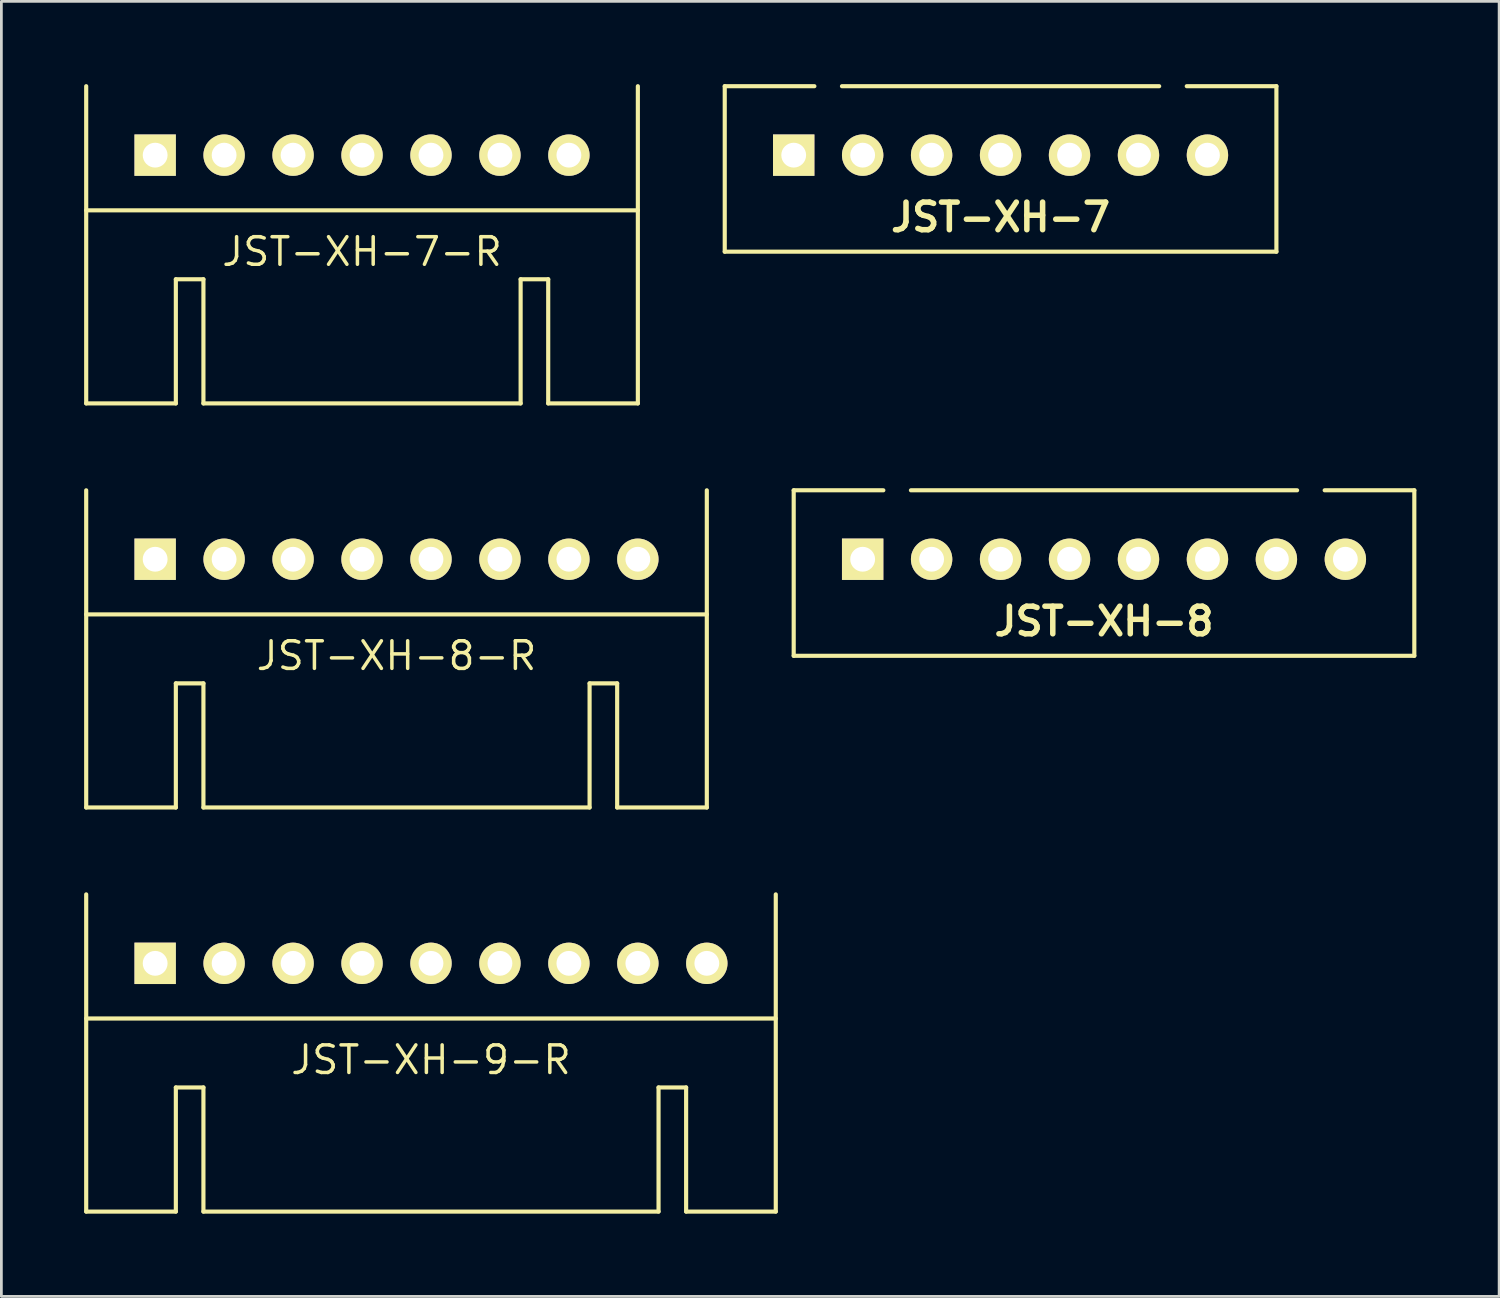
<source format=kicad_pcb>
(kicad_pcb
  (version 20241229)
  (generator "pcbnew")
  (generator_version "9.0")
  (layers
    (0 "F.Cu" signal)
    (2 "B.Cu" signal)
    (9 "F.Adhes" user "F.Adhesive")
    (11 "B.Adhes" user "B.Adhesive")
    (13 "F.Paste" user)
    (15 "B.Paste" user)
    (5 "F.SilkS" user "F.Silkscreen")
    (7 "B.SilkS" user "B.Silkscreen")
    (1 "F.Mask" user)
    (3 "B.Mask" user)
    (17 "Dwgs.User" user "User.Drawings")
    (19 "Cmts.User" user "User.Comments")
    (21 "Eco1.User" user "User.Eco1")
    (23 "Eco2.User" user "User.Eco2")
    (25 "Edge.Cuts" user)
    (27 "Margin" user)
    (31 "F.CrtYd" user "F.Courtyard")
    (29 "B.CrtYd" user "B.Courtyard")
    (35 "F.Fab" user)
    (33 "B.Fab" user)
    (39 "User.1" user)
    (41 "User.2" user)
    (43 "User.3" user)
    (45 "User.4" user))
  (footprint "JST-XH-7"
    (layer "F.Cu")
    (at 33.225 2.575)
    (property "Reference" "JST-XH-7" (at 0 2.25 0) (layer "F.SilkS") (effects (font (size 1 1) (thickness 0.2))))
    (attr through_hole)
    (fp_line (start -10 -2.5) (end -6.75 -2.5) (stroke (width 0.15) (type solid)) (layer "F.SilkS"))
    (fp_line (start -10 3.5) (end -10 -2.5) (stroke (width 0.15) (type solid)) (layer "F.SilkS"))
    (fp_line (start 5.75 -2.5) (end -5.75 -2.5) (stroke (width 0.15) (type solid)) (layer "F.SilkS"))
    (fp_line (start 10 -2.5) (end 6.75 -2.5) (stroke (width 0.15) (type solid)) (layer "F.SilkS"))
    (fp_line (start 10 -2.5) (end 10 3.5) (stroke (width 0.15) (type solid)) (layer "F.SilkS"))
    (fp_line (start 10 3.5) (end -10 3.5) (stroke (width 0.15) (type solid)) (layer "F.SilkS"))
    (pad "1" thru_hole rect (at -7.5 0) (size 1.5 1.5) (drill 0.9) (layers "*.Cu" "*.Mask" "F.SilkS"))
    (pad "2" thru_hole circle (at -5 0) (size 1.5 1.5) (drill 0.9) (layers "*.Cu" "*.Mask" "F.SilkS"))
    (pad "3" thru_hole circle (at -2.5 0) (size 1.5 1.5) (drill 0.9) (layers "*.Cu" "*.Mask" "F.SilkS"))
    (pad "4" thru_hole circle (at 0 0) (size 1.5 1.5) (drill 0.9) (layers "*.Cu" "*.Mask" "F.SilkS"))
    (pad "5" thru_hole circle (at 2.5 0) (size 1.5 1.5) (drill 0.9) (layers "*.Cu" "*.Mask" "F.SilkS"))
    (pad "6" thru_hole circle (at 5 0) (size 1.5 1.5) (drill 0.9) (layers "*.Cu" "*.Mask" "F.SilkS"))
    (pad "7" thru_hole circle (at 7.5 0) (size 1.5 1.5) (drill 0.9) (layers "*.Cu" "*.Mask" "F.SilkS")))
  (footprint "JST-XH-8-R"
    (layer "F.Cu")
    (at 11.325 17.225)
    (property "Reference" "JST-XH-8-R" (at 0 3.5 0) (layer "F.SilkS") (effects (font (size 1 1) (thickness 0.127))))
    (attr through_hole)
    (fp_line (start -11.25 9) (end -11.25 -2.5) (stroke (width 0.15) (type solid)) (layer "F.SilkS"))
    (fp_line (start -8 4.5) (end -8 9) (stroke (width 0.15) (type solid)) (layer "F.SilkS"))
    (fp_line (start -8 9) (end -11.25 9) (stroke (width 0.15) (type solid)) (layer "F.SilkS"))
    (fp_line (start -7 4.5) (end -8 4.5) (stroke (width 0.15) (type solid)) (layer "F.SilkS"))
    (fp_line (start -7 9) (end -7 4.5) (stroke (width 0.15) (type solid)) (layer "F.SilkS"))
    (fp_line (start -7 9) (end 7 9) (stroke (width 0.15) (type solid)) (layer "F.SilkS"))
    (fp_line (start 7 4.5) (end 7 9) (stroke (width 0.15) (type solid)) (layer "F.SilkS"))
    (fp_line (start 8 4.5) (end 7 4.5) (stroke (width 0.15) (type solid)) (layer "F.SilkS"))
    (fp_line (start 8 9) (end 8 4.5) (stroke (width 0.15) (type solid)) (layer "F.SilkS"))
    (fp_line (start 8 9) (end 11.25 9) (stroke (width 0.15) (type solid)) (layer "F.SilkS"))
    (fp_line (start 11.25 2) (end -11.25 2) (stroke (width 0.15) (type solid)) (layer "F.SilkS"))
    (fp_line (start 11.25 9) (end 11.25 -2.5) (stroke (width 0.15) (type solid)) (layer "F.SilkS"))
    (pad "1" thru_hole rect (at -8.75 0) (size 1.5 1.5) (drill 0.9) (layers "*.Cu" "*.Mask" "F.SilkS"))
    (pad "2" thru_hole circle (at -6.25 0) (size 1.5 1.5) (drill 0.9) (layers "*.Cu" "*.Mask" "F.SilkS"))
    (pad "3" thru_hole circle (at -3.75 0) (size 1.5 1.5) (drill 0.9) (layers "*.Cu" "*.Mask" "F.SilkS"))
    (pad "4" thru_hole circle (at -1.25 0) (size 1.5 1.5) (drill 0.9) (layers "*.Cu" "*.Mask" "F.SilkS"))
    (pad "5" thru_hole circle (at 1.25 0) (size 1.5 1.5) (drill 0.9) (layers "*.Cu" "*.Mask" "F.SilkS"))
    (pad "6" thru_hole circle (at 3.75 0) (size 1.5 1.5) (drill 0.9) (layers "*.Cu" "*.Mask" "F.SilkS"))
    (pad "7" thru_hole circle (at 6.25 0) (size 1.5 1.5) (drill 0.9) (layers "*.Cu" "*.Mask" "F.SilkS"))
    (pad "8" thru_hole circle (at 8.75 0) (size 1.5 1.5) (drill 0.9) (layers "*.Cu" "*.Mask" "F.SilkS")))
  (footprint "JST-XH-9-R"
    (layer "F.Cu")
    (at 12.575 31.875)
    (property "Reference" "JST-XH-9-R" (at 0 3.5 0) (layer "F.SilkS") (effects (font (size 1 1) (thickness 0.127))))
    (attr through_hole)
    (fp_line (start -12.5 2) (end 12.5 2) (stroke (width 0.15) (type solid)) (layer "F.SilkS"))
    (fp_line (start -12.5 9) (end -12.5 -2.5) (stroke (width 0.15) (type solid)) (layer "F.SilkS"))
    (fp_line (start -9.25 4.5) (end -9.25 9) (stroke (width 0.15) (type solid)) (layer "F.SilkS"))
    (fp_line (start -9.25 9) (end -12.5 9) (stroke (width 0.15) (type solid)) (layer "F.SilkS"))
    (fp_line (start -8.25 4.5) (end -9.25 4.5) (stroke (width 0.15) (type solid)) (layer "F.SilkS"))
    (fp_line (start -8.25 9) (end -8.25 4.5) (stroke (width 0.15) (type solid)) (layer "F.SilkS"))
    (fp_line (start -8.25 9) (end 8.25 9) (stroke (width 0.15) (type solid)) (layer "F.SilkS"))
    (fp_line (start 8.25 4.5) (end 8.25 9) (stroke (width 0.15) (type solid)) (layer "F.SilkS"))
    (fp_line (start 9.25 4.5) (end 8.25 4.5) (stroke (width 0.15) (type solid)) (layer "F.SilkS"))
    (fp_line (start 9.25 9) (end 9.25 4.5) (stroke (width 0.15) (type solid)) (layer "F.SilkS"))
    (fp_line (start 9.25 9) (end 12.5 9) (stroke (width 0.15) (type solid)) (layer "F.SilkS"))
    (fp_line (start 12.5 9) (end 12.5 -2.5) (stroke (width 0.15) (type solid)) (layer "F.SilkS"))
    (pad "1" thru_hole rect (at -10 0) (size 1.5 1.5) (drill 0.9) (layers "*.Cu" "*.Mask" "F.SilkS"))
    (pad "2" thru_hole circle (at -7.5 0) (size 1.5 1.5) (drill 0.9) (layers "*.Cu" "*.Mask" "F.SilkS"))
    (pad "3" thru_hole circle (at -5 0) (size 1.5 1.5) (drill 0.9) (layers "*.Cu" "*.Mask" "F.SilkS"))
    (pad "4" thru_hole circle (at -2.5 0) (size 1.5 1.5) (drill 0.9) (layers "*.Cu" "*.Mask" "F.SilkS"))
    (pad "5" thru_hole circle (at 0 0) (size 1.5 1.5) (drill 0.9) (layers "*.Cu" "*.Mask" "F.SilkS"))
    (pad "6" thru_hole circle (at 2.5 0) (size 1.5 1.5) (drill 0.9) (layers "*.Cu" "*.Mask" "F.SilkS"))
    (pad "7" thru_hole circle (at 5 0) (size 1.5 1.5) (drill 0.9) (layers "*.Cu" "*.Mask" "F.SilkS"))
    (pad "8" thru_hole circle (at 7.5 0) (size 1.5 1.5) (drill 0.9) (layers "*.Cu" "*.Mask" "F.SilkS"))
    (pad "9" thru_hole circle (at 10 0) (size 1.5 1.5) (drill 0.9) (layers "*.Cu" "*.Mask" "F.SilkS")))
  (footprint "JST-XH-8"
    (layer "F.Cu")
    (at 36.975 17.225)
    (property "Reference" "JST-XH-8" (at 0 2.25 0) (layer "F.SilkS") (effects (font (size 1 1) (thickness 0.2))))
    (attr through_hole)
    (fp_line (start -11.25 -2.5) (end -8 -2.5) (stroke (width 0.15) (type solid)) (layer "F.SilkS"))
    (fp_line (start -11.25 3.5) (end -11.25 -2.5) (stroke (width 0.15) (type solid)) (layer "F.SilkS"))
    (fp_line (start 7 -2.5) (end -7 -2.5) (stroke (width 0.15) (type solid)) (layer "F.SilkS"))
    (fp_line (start 11.25 -2.5) (end 8 -2.5) (stroke (width 0.15) (type solid)) (layer "F.SilkS"))
    (fp_line (start 11.25 -2.5) (end 11.25 3.5) (stroke (width 0.15) (type solid)) (layer "F.SilkS"))
    (fp_line (start 11.25 3.5) (end -11.25 3.5) (stroke (width 0.15) (type solid)) (layer "F.SilkS"))
    (pad "1" thru_hole rect (at -8.75 0) (size 1.5 1.5) (drill 0.9) (layers "*.Cu" "*.Mask" "F.SilkS"))
    (pad "2" thru_hole circle (at -6.25 0) (size 1.5 1.5) (drill 0.9) (layers "*.Cu" "*.Mask" "F.SilkS"))
    (pad "3" thru_hole circle (at -3.75 0) (size 1.5 1.5) (drill 0.9) (layers "*.Cu" "*.Mask" "F.SilkS"))
    (pad "4" thru_hole circle (at -1.25 0) (size 1.5 1.5) (drill 0.9) (layers "*.Cu" "*.Mask" "F.SilkS"))
    (pad "5" thru_hole circle (at 1.25 0) (size 1.5 1.5) (drill 0.9) (layers "*.Cu" "*.Mask" "F.SilkS"))
    (pad "6" thru_hole circle (at 3.75 0) (size 1.5 1.5) (drill 0.9) (layers "*.Cu" "*.Mask" "F.SilkS"))
    (pad "7" thru_hole circle (at 6.25 0) (size 1.5 1.5) (drill 0.9) (layers "*.Cu" "*.Mask" "F.SilkS"))
    (pad "8" thru_hole circle (at 8.75 0) (size 1.5 1.5) (drill 0.9) (layers "*.Cu" "*.Mask" "F.SilkS")))
  (footprint "JST-XH-7-R"
    (layer "F.Cu")
    (at 10.075 2.575)
    (property "Reference" "JST-XH-7-R" (at 0 3.5 0) (layer "F.SilkS") (effects (font (size 1 1) (thickness 0.127))))
    (attr through_hole)
    (fp_line (start -10 2) (end 10 2) (stroke (width 0.15) (type solid)) (layer "F.SilkS"))
    (fp_line (start -10 9) (end -10 -2.5) (stroke (width 0.15) (type solid)) (layer "F.SilkS"))
    (fp_line (start -6.75 4.5) (end -6.75 9) (stroke (width 0.15) (type solid)) (layer "F.SilkS"))
    (fp_line (start -6.75 9) (end -10 9) (stroke (width 0.15) (type solid)) (layer "F.SilkS"))
    (fp_line (start -5.75 4.5) (end -6.75 4.5) (stroke (width 0.15) (type solid)) (layer "F.SilkS"))
    (fp_line (start -5.75 9) (end -5.75 4.5) (stroke (width 0.15) (type solid)) (layer "F.SilkS"))
    (fp_line (start -5.75 9) (end 5.75 9) (stroke (width 0.15) (type solid)) (layer "F.SilkS"))
    (fp_line (start 5.75 4.5) (end 5.75 9) (stroke (width 0.15) (type solid)) (layer "F.SilkS"))
    (fp_line (start 6.75 4.5) (end 5.75 4.5) (stroke (width 0.15) (type solid)) (layer "F.SilkS"))
    (fp_line (start 6.75 9) (end 6.75 4.5) (stroke (width 0.15) (type solid)) (layer "F.SilkS"))
    (fp_line (start 6.75 9) (end 10 9) (stroke (width 0.15) (type solid)) (layer "F.SilkS"))
    (fp_line (start 10 9) (end 10 -2.5) (stroke (width 0.15) (type solid)) (layer "F.SilkS"))
    (pad "1" thru_hole rect (at -7.5 0) (size 1.5 1.5) (drill 0.9) (layers "*.Cu" "*.Mask" "F.SilkS"))
    (pad "2" thru_hole circle (at -5 0) (size 1.5 1.5) (drill 0.9) (layers "*.Cu" "*.Mask" "F.SilkS"))
    (pad "3" thru_hole circle (at -2.5 0) (size 1.5 1.5) (drill 0.9) (layers "*.Cu" "*.Mask" "F.SilkS"))
    (pad "4" thru_hole circle (at 0 0) (size 1.5 1.5) (drill 0.9) (layers "*.Cu" "*.Mask" "F.SilkS"))
    (pad "5" thru_hole circle (at 2.5 0) (size 1.5 1.5) (drill 0.9) (layers "*.Cu" "*.Mask" "F.SilkS"))
    (pad "6" thru_hole circle (at 5 0) (size 1.5 1.5) (drill 0.9) (layers "*.Cu" "*.Mask" "F.SilkS"))
    (pad "7" thru_hole circle (at 7.5 0) (size 1.5 1.5) (drill 0.9) (layers "*.Cu" "*.Mask" "F.SilkS")))
  (gr_rect
    (start -3 -3)
    (end 51.3 43.95)
    (stroke (width 0.1) (type default))
    (fill no)
    (layer "Edge.Cuts")))
</source>
